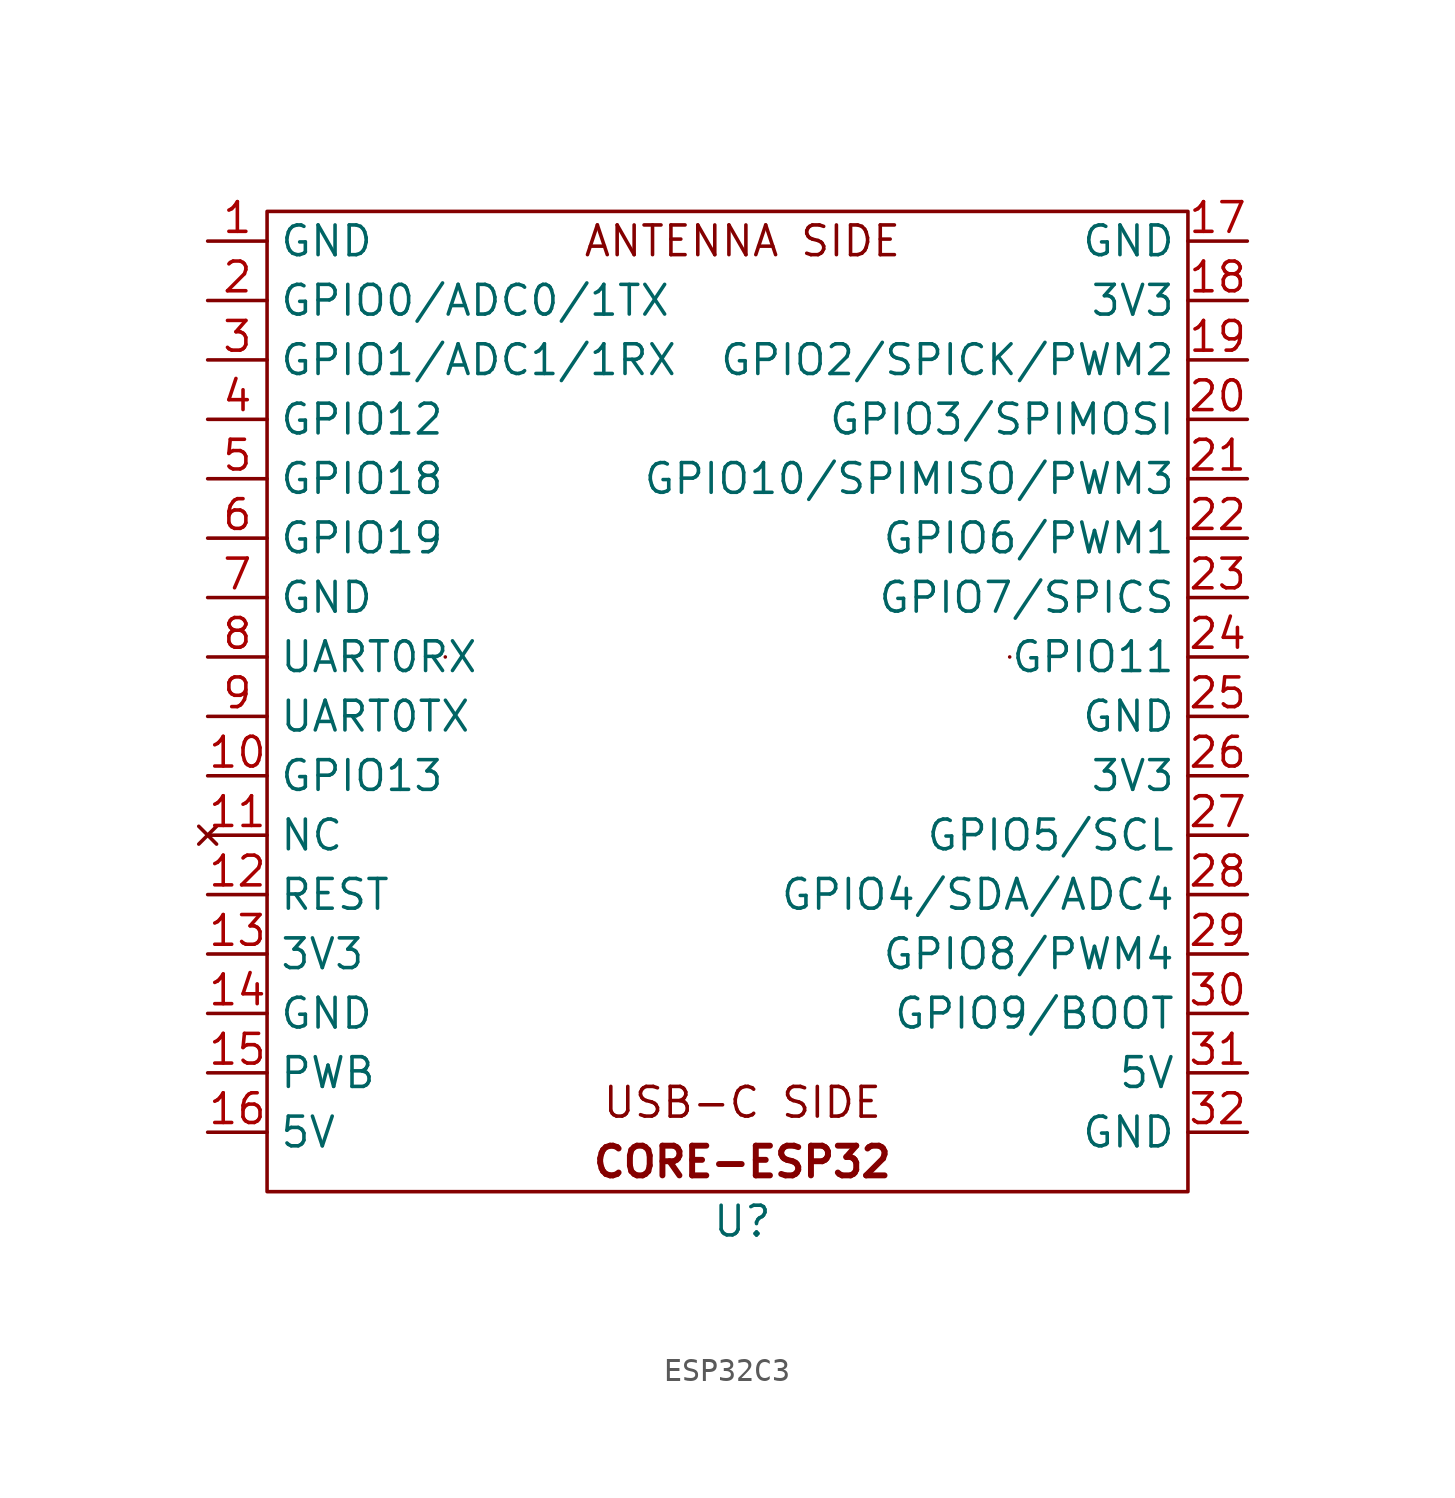
<source format=kicad_sym>
(kicad_symbol_lib
  (version 20220914)
  (generator kicad_symbol_editor)
  (symbol "ESP32C3"
    (property "Reference" "U"
      (at 0 -21.59 0)
      (effects (font (size 1.27 1.27))))
    (property "Value" ""
      (at -12.7 0 0)
      (effects (font (size 1.27 1.27))))
    (symbol "ESP32C3_0_1"
      (rectangle (start -12.7 2.54) (end -12.7 2.54) (stroke (width 0) (type default)) (fill (type none)))
      (rectangle (start 11.43 2.54) (end 11.43 2.54) (stroke (width 0) (type default)) (fill (type none))))
    (symbol "ESP32C3_1_1"
      (rectangle (start -20.32 21.59) (end 19.05 -20.32) (stroke (width 0) (type default)) (fill (type none)))
      (text "ANTENNA SIDE" (at 0 20.32 0) (effects (font (size 1.27 1.27))))
      (text "CORE-ESP32" (at 0 -19.05 0) (effects (font (size 1.27 1.27) bold)))
      (text "USB-C SIDE" (at 0 -16.51 0) (effects (font (size 1.27 1.27))))
      (pin power_in line (at -22.86 20.32 0) (length 2.54) (name "GND" (effects (font (size 1.27 1.27)))) (number "1" (effects (font (size 1.27 1.27)))))
      (pin bidirectional line (at -22.86 -2.54 0) (length 2.54) (name "GPIO13" (effects (font (size 1.27 1.27)))) (number "10" (effects (font (size 1.27 1.27)))))
      (pin no_connect line (at -22.86 -5.08 0) (length 2.54) (name "NC" (effects (font (size 1.27 1.27)))) (number "11" (effects (font (size 1.27 1.27)))))
      (pin bidirectional line (at -22.86 -7.62 0) (length 2.54) (name "REST" (effects (font (size 1.27 1.27)))) (number "12" (effects (font (size 1.27 1.27)))))
      (pin power_in line (at -22.86 -10.16 0) (length 2.54) (name "3V3" (effects (font (size 1.27 1.27)))) (number "13" (effects (font (size 1.27 1.27)))))
      (pin power_in line (at -22.86 -12.7 0) (length 2.54) (name "GND" (effects (font (size 1.27 1.27)))) (number "14" (effects (font (size 1.27 1.27)))))
      (pin bidirectional line (at -22.86 -15.24 0) (length 2.54) (name "PWB" (effects (font (size 1.27 1.27)))) (number "15" (effects (font (size 1.27 1.27)))))
      (pin power_in line (at -22.86 -17.78 0) (length 2.54) (name "5V" (effects (font (size 1.27 1.27)))) (number "16" (effects (font (size 1.27 1.27)))))
      (pin power_in line (at 21.59 20.32 180) (length 2.54) (name "GND" (effects (font (size 1.27 1.27)))) (number "17" (effects (font (size 1.27 1.27)))))
      (pin power_in line (at 21.59 17.78 180) (length 2.54) (name "3V3" (effects (font (size 1.27 1.27)))) (number "18" (effects (font (size 1.27 1.27)))))
      (pin bidirectional line (at 21.59 15.24 180) (length 2.54) (name "GPIO2/SPICK/PWM2" (effects (font (size 1.27 1.27)))) (number "19" (effects (font (size 1.27 1.27)))))
      (pin bidirectional line (at -22.86 17.78 0) (length 2.54) (name "GPIO0/ADC0/1TX" (effects (font (size 1.27 1.27)))) (number "2" (effects (font (size 1.27 1.27)))))
      (pin bidirectional line (at 21.59 12.7 180) (length 2.54) (name "GPIO3/SPIMOSI" (effects (font (size 1.27 1.27)))) (number "20" (effects (font (size 1.27 1.27)))))
      (pin bidirectional line (at 21.59 10.16 180) (length 2.54) (name "GPIO10/SPIMISO/PWM3" (effects (font (size 1.27 1.27)))) (number "21" (effects (font (size 1.27 1.27)))))
      (pin bidirectional line (at 21.59 7.62 180) (length 2.54) (name "GPIO6/PWM1" (effects (font (size 1.27 1.27)))) (number "22" (effects (font (size 1.27 1.27)))))
      (pin bidirectional line (at 21.59 5.08 180) (length 2.54) (name "GPIO7/SPICS" (effects (font (size 1.27 1.27)))) (number "23" (effects (font (size 1.27 1.27)))))
      (pin bidirectional line (at 21.59 2.54 180) (length 2.54) (name "GPIO11" (effects (font (size 1.27 1.27)))) (number "24" (effects (font (size 1.27 1.27)))))
      (pin power_in line (at 21.59 0 180) (length 2.54) (name "GND" (effects (font (size 1.27 1.27)))) (number "25" (effects (font (size 1.27 1.27)))))
      (pin power_in line (at 21.59 -2.54 180) (length 2.54) (name "3V3" (effects (font (size 1.27 1.27)))) (number "26" (effects (font (size 1.27 1.27)))))
      (pin bidirectional line (at 21.59 -5.08 180) (length 2.54) (name "GPIO5/SCL" (effects (font (size 1.27 1.27)))) (number "27" (effects (font (size 1.27 1.27)))))
      (pin bidirectional line (at 21.59 -7.62 180) (length 2.54) (name "GPIO4/SDA/ADC4" (effects (font (size 1.27 1.27)))) (number "28" (effects (font (size 1.27 1.27)))))
      (pin bidirectional line (at 21.59 -10.16 180) (length 2.54) (name "GPIO8/PWM4" (effects (font (size 1.27 1.27)))) (number "29" (effects (font (size 1.27 1.27)))))
      (pin bidirectional line (at -22.86 15.24 0) (length 2.54) (name "GPIO1/ADC1/1RX" (effects (font (size 1.27 1.27)))) (number "3" (effects (font (size 1.27 1.27)))))
      (pin bidirectional line (at 21.59 -12.7 180) (length 2.54) (name "GPIO9/BOOT" (effects (font (size 1.27 1.27)))) (number "30" (effects (font (size 1.27 1.27)))))
      (pin power_in line (at 21.59 -15.24 180) (length 2.54) (name "5V" (effects (font (size 1.27 1.27)))) (number "31" (effects (font (size 1.27 1.27)))))
      (pin power_in line (at 21.59 -17.78 180) (length 2.54) (name "GND" (effects (font (size 1.27 1.27)))) (number "32" (effects (font (size 1.27 1.27)))))
      (pin bidirectional line (at -22.86 12.7 0) (length 2.54) (name "GPIO12" (effects (font (size 1.27 1.27)))) (number "4" (effects (font (size 1.27 1.27)))))
      (pin bidirectional line (at -22.86 10.16 0) (length 2.54) (name "GPIO18" (effects (font (size 1.27 1.27)))) (number "5" (effects (font (size 1.27 1.27)))))
      (pin bidirectional line (at -22.86 7.62 0) (length 2.54) (name "GPIO19" (effects (font (size 1.27 1.27)))) (number "6" (effects (font (size 1.27 1.27)))))
      (pin power_in line (at -22.86 5.08 0) (length 2.54) (name "GND" (effects (font (size 1.27 1.27)))) (number "7" (effects (font (size 1.27 1.27)))))
      (pin input line (at -22.86 2.54 0) (length 2.54) (name "UART0RX" (effects (font (size 1.27 1.27)))) (number "8" (effects (font (size 1.27 1.27)))))
      (pin output line (at -22.86 0 0) (length 2.54) (name "UART0TX" (effects (font (size 1.27 1.27)))) (number "9" (effects (font (size 1.27 1.27))))))))
</source>
